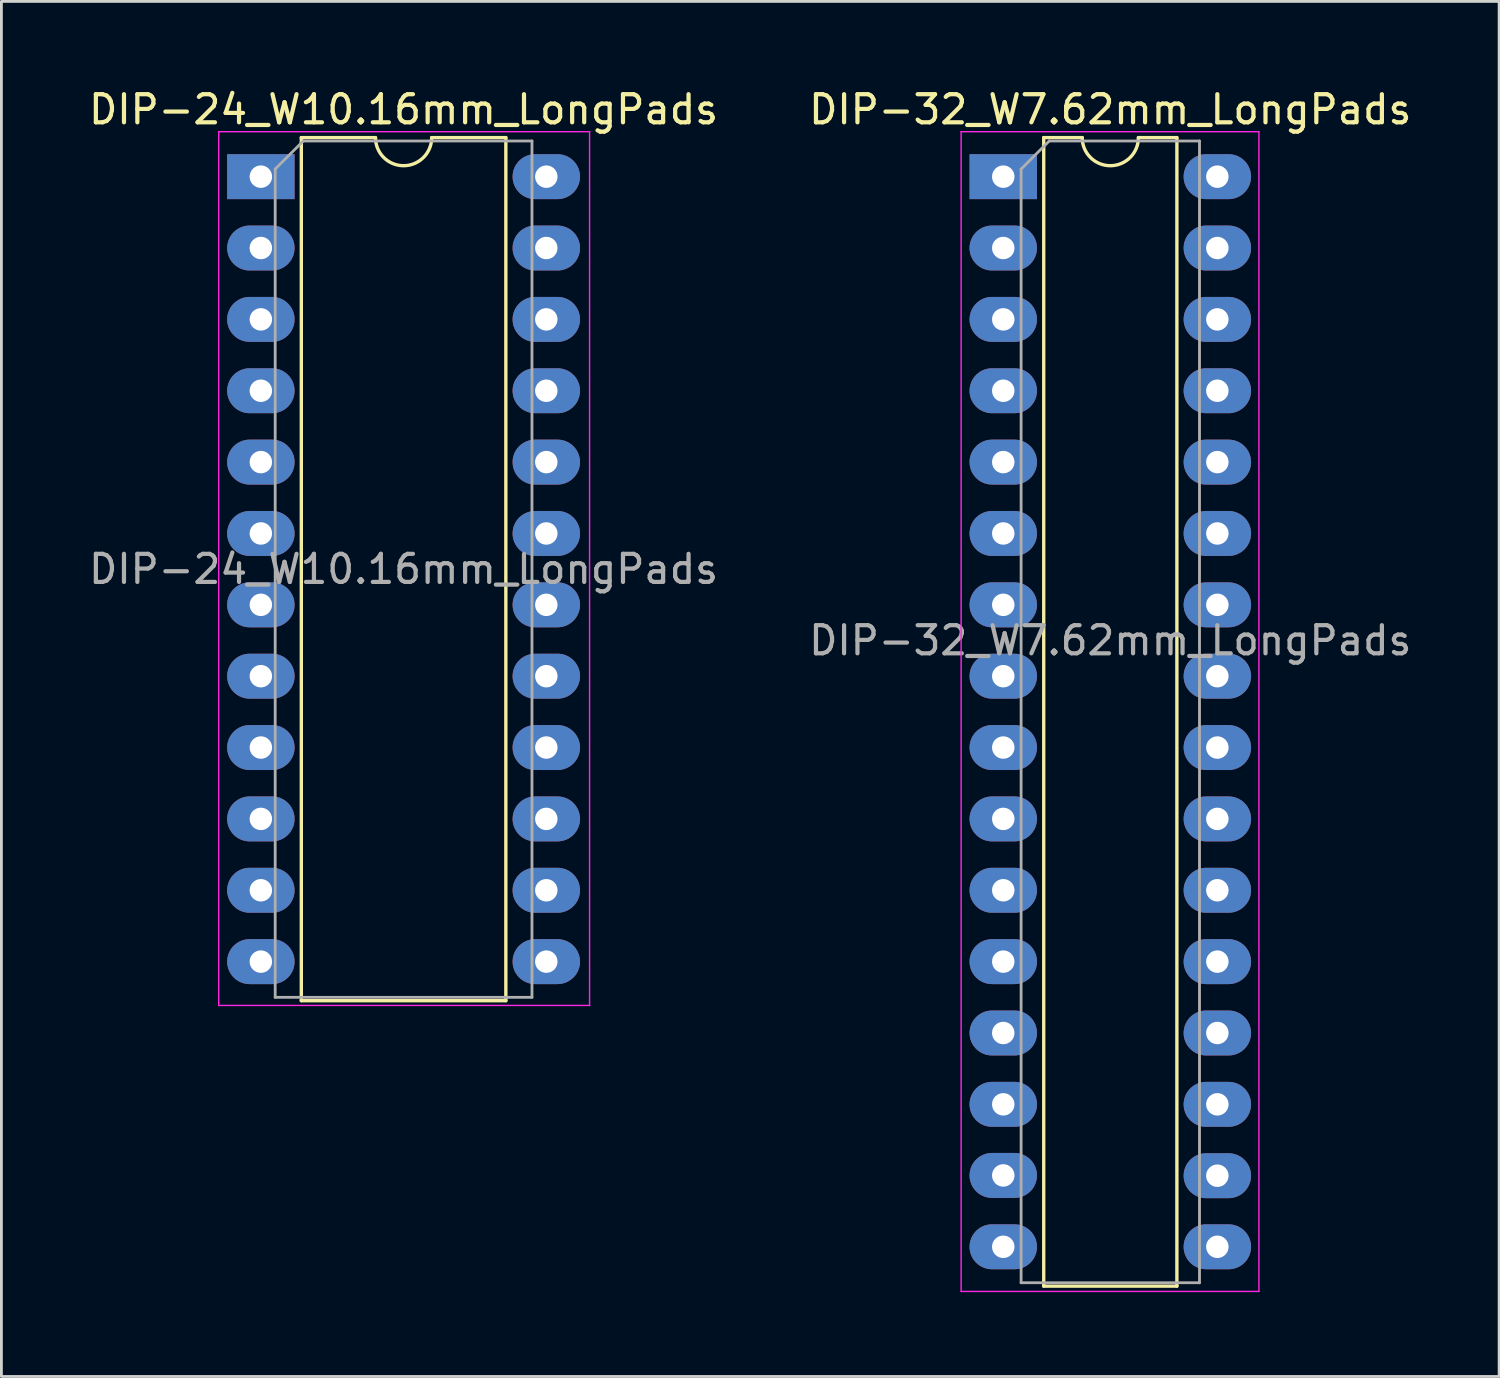
<source format=kicad_pcb>
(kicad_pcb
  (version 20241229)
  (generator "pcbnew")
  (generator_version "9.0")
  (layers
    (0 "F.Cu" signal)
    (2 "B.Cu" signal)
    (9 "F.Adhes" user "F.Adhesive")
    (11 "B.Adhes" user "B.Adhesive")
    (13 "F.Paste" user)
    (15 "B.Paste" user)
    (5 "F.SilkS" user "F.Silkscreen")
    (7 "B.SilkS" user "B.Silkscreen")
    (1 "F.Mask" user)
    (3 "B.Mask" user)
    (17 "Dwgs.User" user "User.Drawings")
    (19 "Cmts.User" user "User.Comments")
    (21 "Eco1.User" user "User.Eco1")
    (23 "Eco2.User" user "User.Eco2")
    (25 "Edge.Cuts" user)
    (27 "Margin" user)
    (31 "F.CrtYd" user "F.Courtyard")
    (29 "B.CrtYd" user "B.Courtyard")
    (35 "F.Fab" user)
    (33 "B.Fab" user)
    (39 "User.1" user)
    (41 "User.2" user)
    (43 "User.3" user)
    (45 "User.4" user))
  (footprint "DIP-32_W7.62mm_LongPads"
    (layer "F.Cu")
    (at 32.66 3.228)
    (property "Reference" "DIP-32_W7.62mm_LongPads" (at 3.81 -2.38 0) (layer "F.SilkS") (effects (font (size 1 1) (thickness 0.15))))
    (attr through_hole)
    (fp_line (start 1.44 -1.38) (end 1.44 39.5) (stroke (width 0.12) (type solid)) (layer "F.SilkS"))
    (fp_line (start 1.44 39.5) (end 6.18 39.5) (stroke (width 0.12) (type solid)) (layer "F.SilkS"))
    (fp_line (start 2.81 -1.38) (end 1.44 -1.38) (stroke (width 0.12) (type solid)) (layer "F.SilkS"))
    (fp_line (start 6.18 -1.38) (end 4.81 -1.38) (stroke (width 0.12) (type solid)) (layer "F.SilkS"))
    (fp_line (start 6.18 39.5) (end 6.18 -1.38) (stroke (width 0.12) (type solid)) (layer "F.SilkS"))
    (fp_arc (start 4.81 -1.38) (mid 3.81 -0.38) (end 2.81 -1.38) (stroke (width 0.12) (type solid)) (layer "F.SilkS"))
    (fp_line (start -1.5 -1.59) (end -1.5 39.69) (stroke (width 0.05) (type solid)) (layer "F.CrtYd"))
    (fp_line (start -1.5 39.69) (end 9.1 39.69) (stroke (width 0.05) (type solid)) (layer "F.CrtYd"))
    (fp_line (start 9.1 -1.59) (end -1.5 -1.59) (stroke (width 0.05) (type solid)) (layer "F.CrtYd"))
    (fp_line (start 9.1 39.69) (end 9.1 -1.59) (stroke (width 0.05) (type solid)) (layer "F.CrtYd"))
    (fp_line (start 0.635 -0.26) (end 1.635 -1.26) (stroke (width 0.1) (type solid)) (layer "F.Fab"))
    (fp_line (start 0.635 39.38) (end 0.635 -0.26) (stroke (width 0.1) (type solid)) (layer "F.Fab"))
    (fp_line (start 1.635 -1.26) (end 6.985 -1.26) (stroke (width 0.1) (type solid)) (layer "F.Fab"))
    (fp_line (start 6.985 -1.26) (end 6.985 39.38) (stroke (width 0.1) (type solid)) (layer "F.Fab"))
    (fp_line (start 6.985 39.38) (end 0.635 39.38) (stroke (width 0.1) (type solid)) (layer "F.Fab"))
    (fp_text user "${REFERENCE}" (at 3.81 16.52 0) (layer "F.Fab") (effects (font (size 1 1) (thickness 0.15))))
    (pad "1" thru_hole rect (at 0 0.01) (size 2.4 1.6) (drill 0.8) (layers "*.Cu" "*.Mask"))
    (pad "2" thru_hole oval (at 0 2.55) (size 2.4 1.6) (drill 0.8) (layers "*.Cu" "*.Mask"))
    (pad "3" thru_hole oval (at 0 5.09) (size 2.4 1.6) (drill 0.8) (layers "*.Cu" "*.Mask"))
    (pad "4" thru_hole oval (at 0 7.63) (size 2.4 1.6) (drill 0.8) (layers "*.Cu" "*.Mask"))
    (pad "5" thru_hole oval (at 0 10.17) (size 2.4 1.6) (drill 0.8) (layers "*.Cu" "*.Mask"))
    (pad "6" thru_hole oval (at 0 12.71) (size 2.4 1.6) (drill 0.8) (layers "*.Cu" "*.Mask"))
    (pad "7" thru_hole oval (at 0 15.25) (size 2.4 1.6) (drill 0.8) (layers "*.Cu" "*.Mask"))
    (pad "8" thru_hole oval (at 0 17.79) (size 2.4 1.6) (drill 0.8) (layers "*.Cu" "*.Mask"))
    (pad "9" thru_hole oval (at 0 20.33) (size 2.4 1.6) (drill 0.8) (layers "*.Cu" "*.Mask"))
    (pad "10" thru_hole oval (at 0 22.87) (size 2.4 1.6) (drill 0.8) (layers "*.Cu" "*.Mask"))
    (pad "11" thru_hole oval (at 0 25.41) (size 2.4 1.6) (drill 0.8) (layers "*.Cu" "*.Mask"))
    (pad "12" thru_hole oval (at 0 27.95) (size 2.4 1.6) (drill 0.8) (layers "*.Cu" "*.Mask"))
    (pad "13" thru_hole oval (at 0 30.49) (size 2.4 1.6) (drill 0.8) (layers "*.Cu" "*.Mask"))
    (pad "14" thru_hole oval (at 0 33.03) (size 2.4 1.6) (drill 0.8) (layers "*.Cu" "*.Mask"))
    (pad "15" thru_hole oval (at 0 35.56) (size 2.4 1.6) (drill 0.8) (layers "*.Cu" "*.Mask"))
    (pad "16" thru_hole oval (at 0 38.1) (size 2.4 1.6) (drill 0.8) (layers "*.Cu" "*.Mask"))
    (pad "17" thru_hole oval (at 7.62 38.1) (size 2.4 1.6) (drill 0.8) (layers "*.Cu" "*.Mask"))
    (pad "18" thru_hole oval (at 7.62 35.57) (size 2.4 1.6) (drill 0.8) (layers "*.Cu" "*.Mask"))
    (pad "19" thru_hole oval (at 7.62 33.03) (size 2.4 1.6) (drill 0.8) (layers "*.Cu" "*.Mask"))
    (pad "20" thru_hole oval (at 7.62 30.49) (size 2.4 1.6) (drill 0.8) (layers "*.Cu" "*.Mask"))
    (pad "21" thru_hole oval (at 7.62 27.95) (size 2.4 1.6) (drill 0.8) (layers "*.Cu" "*.Mask"))
    (pad "22" thru_hole oval (at 7.62 25.41) (size 2.4 1.6) (drill 0.8) (layers "*.Cu" "*.Mask"))
    (pad "23" thru_hole oval (at 7.62 22.87) (size 2.4 1.6) (drill 0.8) (layers "*.Cu" "*.Mask"))
    (pad "24" thru_hole oval (at 7.62 20.33) (size 2.4 1.6) (drill 0.8) (layers "*.Cu" "*.Mask"))
    (pad "25" thru_hole oval (at 7.62 17.79) (size 2.4 1.6) (drill 0.8) (layers "*.Cu" "*.Mask"))
    (pad "26" thru_hole oval (at 7.62 15.25) (size 2.4 1.6) (drill 0.8) (layers "*.Cu" "*.Mask"))
    (pad "27" thru_hole oval (at 7.62 12.71) (size 2.4 1.6) (drill 0.8) (layers "*.Cu" "*.Mask"))
    (pad "28" thru_hole oval (at 7.62 10.17) (size 2.4 1.6) (drill 0.8) (layers "*.Cu" "*.Mask"))
    (pad "29" thru_hole oval (at 7.62 7.63) (size 2.4 1.6) (drill 0.8) (layers "*.Cu" "*.Mask"))
    (pad "30" thru_hole oval (at 7.62 5.09) (size 2.4 1.6) (drill 0.8) (layers "*.Cu" "*.Mask"))
    (pad "31" thru_hole oval (at 7.62 2.55) (size 2.4 1.6) (drill 0.8) (layers "*.Cu" "*.Mask"))
    (pad "32" thru_hole oval (at 7.62 0.01) (size 2.4 1.6) (drill 0.8) (layers "*.Cu" "*.Mask")))
  (footprint "DIP-24_W10.16mm_LongPads"
    (layer "F.Cu")
    (at 6.235 3.238)
    (property "Reference" "DIP-24_W10.16mm_LongPads" (at 5.08 -2.39 0) (layer "F.SilkS") (effects (font (size 1 1) (thickness 0.15))))
    (attr through_hole)
    (fp_line (start 1.44 -1.39) (end 1.44 29.33) (stroke (width 0.12) (type solid)) (layer "F.SilkS"))
    (fp_line (start 1.44 29.33) (end 8.72 29.33) (stroke (width 0.12) (type solid)) (layer "F.SilkS"))
    (fp_line (start 4.08 -1.39) (end 1.44 -1.39) (stroke (width 0.12) (type solid)) (layer "F.SilkS"))
    (fp_line (start 8.72 -1.39) (end 6.08 -1.39) (stroke (width 0.12) (type solid)) (layer "F.SilkS"))
    (fp_line (start 8.72 29.33) (end 8.72 -1.39) (stroke (width 0.12) (type solid)) (layer "F.SilkS"))
    (fp_arc (start 6.08 -1.39) (mid 5.08 -0.39) (end 4.08 -1.39) (stroke (width 0.12) (type solid)) (layer "F.SilkS"))
    (fp_line (start -1.5 -1.6) (end -1.5 29.5) (stroke (width 0.05) (type solid)) (layer "F.CrtYd"))
    (fp_line (start -1.5 29.5) (end 11.7 29.5) (stroke (width 0.05) (type solid)) (layer "F.CrtYd"))
    (fp_line (start 11.7 -1.6) (end -1.5 -1.6) (stroke (width 0.05) (type solid)) (layer "F.CrtYd"))
    (fp_line (start 11.7 29.5) (end 11.7 -1.6) (stroke (width 0.05) (type solid)) (layer "F.CrtYd"))
    (fp_line (start 0.51 -0.27) (end 1.51 -1.27) (stroke (width 0.1) (type solid)) (layer "F.Fab"))
    (fp_line (start 0.51 29.21) (end 0.51 -0.27) (stroke (width 0.1) (type solid)) (layer "F.Fab"))
    (fp_line (start 1.51 -1.27) (end 9.65 -1.27) (stroke (width 0.1) (type solid)) (layer "F.Fab"))
    (fp_line (start 9.65 -1.27) (end 9.65 29.21) (stroke (width 0.1) (type solid)) (layer "F.Fab"))
    (fp_line (start 9.65 29.21) (end 0.51 29.21) (stroke (width 0.1) (type solid)) (layer "F.Fab"))
    (fp_text user "${REFERENCE}" (at 5.08 13.97 0) (layer "F.Fab") (effects (font (size 1 1) (thickness 0.15))))
    (pad "1" thru_hole rect (at 0 0) (size 2.4 1.6) (drill 0.8) (layers "*.Cu" "*.Mask"))
    (pad "2" thru_hole oval (at 0 2.54) (size 2.4 1.6) (drill 0.8) (layers "*.Cu" "*.Mask"))
    (pad "3" thru_hole oval (at 0 5.08) (size 2.4 1.6) (drill 0.8) (layers "*.Cu" "*.Mask"))
    (pad "4" thru_hole oval (at 0 7.62) (size 2.4 1.6) (drill 0.8) (layers "*.Cu" "*.Mask"))
    (pad "5" thru_hole oval (at 0 10.16) (size 2.4 1.6) (drill 0.8) (layers "*.Cu" "*.Mask"))
    (pad "6" thru_hole oval (at 0 12.7) (size 2.4 1.6) (drill 0.8) (layers "*.Cu" "*.Mask"))
    (pad "7" thru_hole oval (at 0 15.24) (size 2.4 1.6) (drill 0.8) (layers "*.Cu" "*.Mask"))
    (pad "8" thru_hole oval (at 0 17.78) (size 2.4 1.6) (drill 0.8) (layers "*.Cu" "*.Mask"))
    (pad "9" thru_hole oval (at 0 20.32) (size 2.4 1.6) (drill 0.8) (layers "*.Cu" "*.Mask"))
    (pad "10" thru_hole oval (at 0 22.86) (size 2.4 1.6) (drill 0.8) (layers "*.Cu" "*.Mask"))
    (pad "11" thru_hole oval (at 0 25.4) (size 2.4 1.6) (drill 0.8) (layers "*.Cu" "*.Mask"))
    (pad "12" thru_hole oval (at 0 27.94) (size 2.4 1.6) (drill 0.8) (layers "*.Cu" "*.Mask"))
    (pad "13" thru_hole oval (at 10.16 27.94) (size 2.4 1.6) (drill 0.8) (layers "*.Cu" "*.Mask"))
    (pad "14" thru_hole oval (at 10.16 25.4) (size 2.4 1.6) (drill 0.8) (layers "*.Cu" "*.Mask"))
    (pad "15" thru_hole oval (at 10.16 22.86) (size 2.4 1.6) (drill 0.8) (layers "*.Cu" "*.Mask"))
    (pad "16" thru_hole oval (at 10.16 20.32) (size 2.4 1.6) (drill 0.8) (layers "*.Cu" "*.Mask"))
    (pad "17" thru_hole oval (at 10.16 17.78) (size 2.4 1.6) (drill 0.8) (layers "*.Cu" "*.Mask"))
    (pad "18" thru_hole oval (at 10.16 15.24) (size 2.4 1.6) (drill 0.8) (layers "*.Cu" "*.Mask"))
    (pad "19" thru_hole oval (at 10.16 12.7) (size 2.4 1.6) (drill 0.8) (layers "*.Cu" "*.Mask"))
    (pad "20" thru_hole oval (at 10.16 10.16) (size 2.4 1.6) (drill 0.8) (layers "*.Cu" "*.Mask"))
    (pad "21" thru_hole oval (at 10.16 7.62) (size 2.4 1.6) (drill 0.8) (layers "*.Cu" "*.Mask"))
    (pad "22" thru_hole oval (at 10.16 5.08) (size 2.4 1.6) (drill 0.8) (layers "*.Cu" "*.Mask"))
    (pad "23" thru_hole oval (at 10.16 2.54) (size 2.4 1.6) (drill 0.8) (layers "*.Cu" "*.Mask"))
    (pad "24" thru_hole oval (at 10.16 0) (size 2.4 1.6) (drill 0.8) (layers "*.Cu" "*.Mask")))
  (gr_rect
    (start -3 -3)
    (end 50.31 45.943)
    (stroke (width 0.1) (type default))
    (fill no)
    (layer "Edge.Cuts")))
</source>
